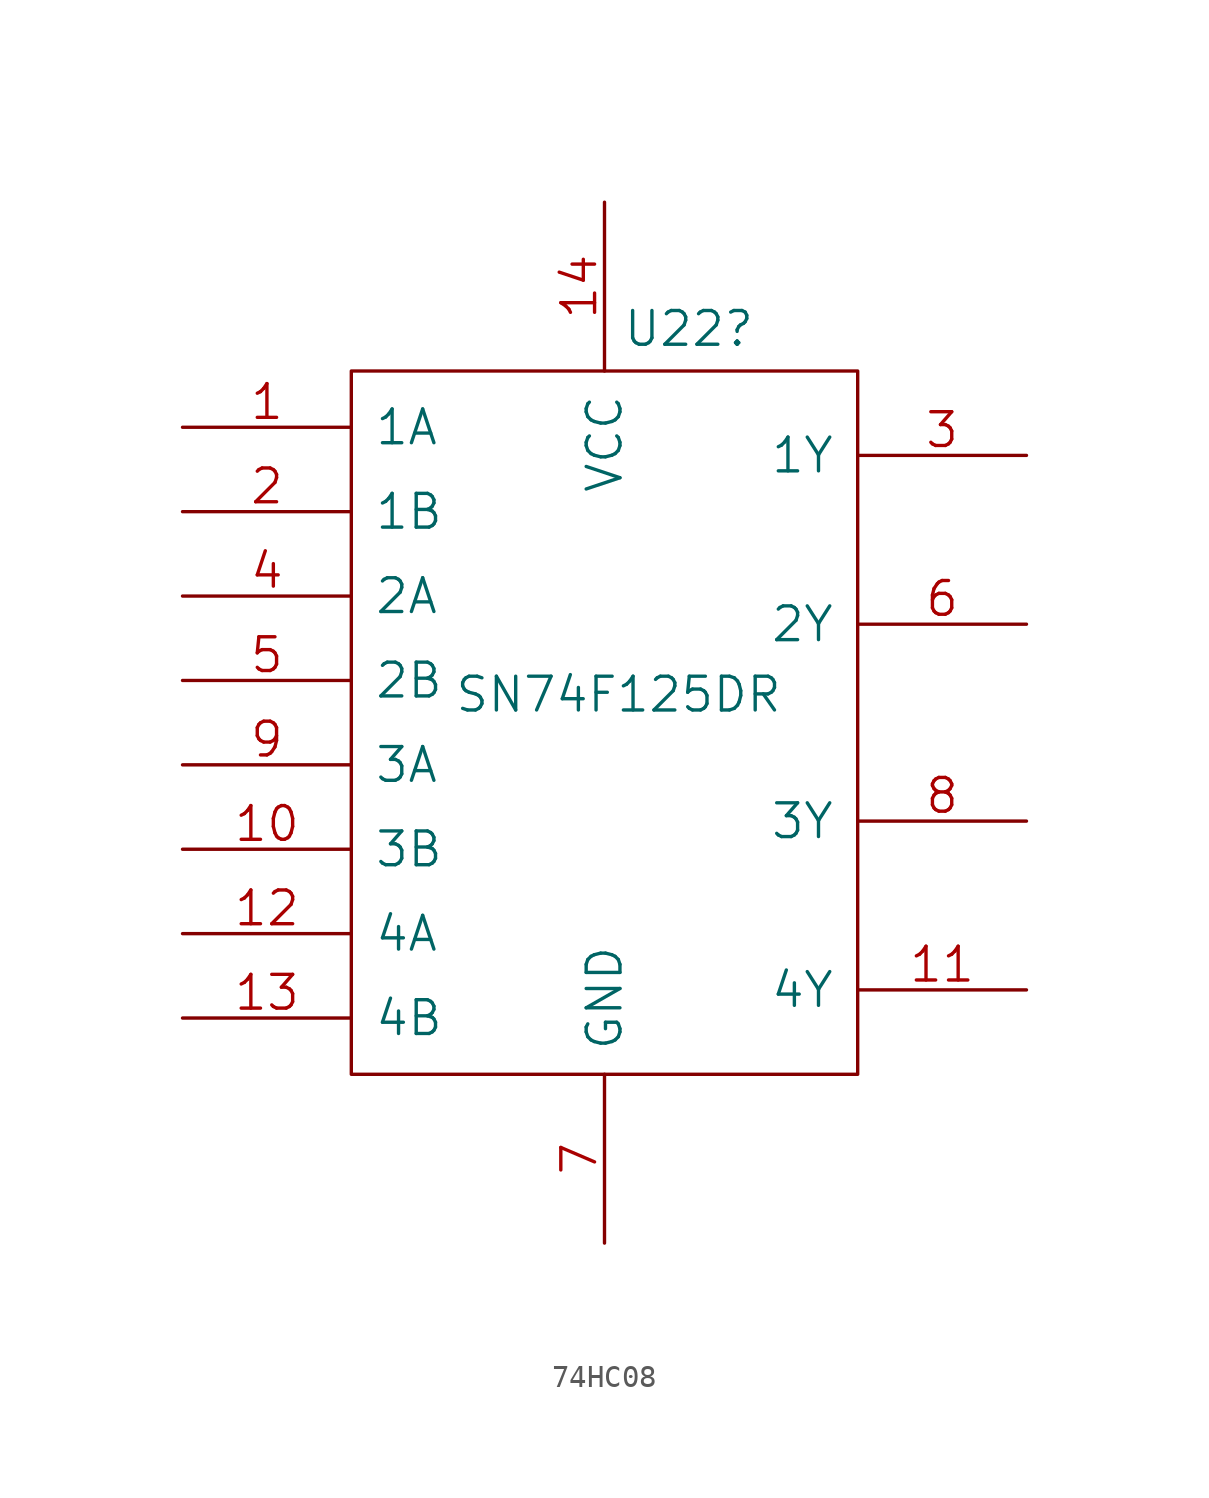
<source format=kicad_sym>
(kicad_symbol_lib
  (version 20241209)
  (generator "kicad_symbol_editor")
  (generator_version "9.0")
  (symbol "74HC08"
    (pin_names
      (offset 1.016))
    (property "Reference" "U22"
      (at 3.81 15.875 0)
      (effects (font (size 1.524 1.524))))
    (property "Value" "SN74F125DR"
      (at 0.635 -0.635 0)
      (effects (font (size 1.524 1.524))))
    (property "Datasheet" ""
      (at 0 1.27 0)
      (effects (font (size 1.524 1.524))))
    (symbol "74HC08_0_1"
      (rectangle (start -11.43 13.97) (end 11.43 -17.78) (stroke (width 0) (type default)) (fill (type none))))
    (symbol "74HC08_1_1"
      (pin power_in line (at -19.05 11.43 0) (length 7.62) (name "1A" (effects (font (size 1.524 1.524)))) (number "1" (effects (font (size 1.524 1.524)))))
      (pin power_in line (at -19.05 7.62 0) (length 7.62) (name "1B" (effects (font (size 1.524 1.524)))) (number "2" (effects (font (size 1.524 1.524)))))
      (pin power_in line (at -19.05 3.81 0) (length 7.62) (name "2A" (effects (font (size 1.524 1.524)))) (number "4" (effects (font (size 1.524 1.524)))))
      (pin power_in line (at -19.05 0 0) (length 7.62) (name "2B" (effects (font (size 1.524 1.524)))) (number "5" (effects (font (size 1.524 1.524)))))
      (pin power_in line (at -19.05 -3.81 0) (length 7.62) (name "3A" (effects (font (size 1.524 1.524)))) (number "9" (effects (font (size 1.524 1.524)))))
      (pin power_in line (at -19.05 -7.62 0) (length 7.62) (name "3B" (effects (font (size 1.524 1.524)))) (number "10" (effects (font (size 1.524 1.524)))))
      (pin power_in line (at -19.05 -11.43 0) (length 7.62) (name "4A" (effects (font (size 1.524 1.524)))) (number "12" (effects (font (size 1.524 1.524)))))
      (pin power_in line (at -19.05 -15.24 0) (length 7.62) (name "4B" (effects (font (size 1.524 1.524)))) (number "13" (effects (font (size 1.524 1.524)))))
      (pin power_in line (at 0 21.59 270) (length 7.62) (name "VCC" (effects (font (size 1.524 1.524)))) (number "14" (effects (font (size 1.524 1.524)))))
      (pin power_in line (at 0 -25.4 90) (length 7.62) (name "GND" (effects (font (size 1.524 1.524)))) (number "7" (effects (font (size 1.524 1.524)))))
      (pin power_in line (at 19.05 10.16 180) (length 7.62) (name "1Y" (effects (font (size 1.524 1.524)))) (number "3" (effects (font (size 1.524 1.524)))))
      (pin power_in line (at 19.05 2.54 180) (length 7.62) (name "2Y" (effects (font (size 1.524 1.524)))) (number "6" (effects (font (size 1.524 1.524)))))
      (pin power_in line (at 19.05 -6.35 180) (length 7.62) (name "3Y" (effects (font (size 1.524 1.524)))) (number "8" (effects (font (size 1.524 1.524)))))
      (pin power_in line (at 19.05 -13.97 180) (length 7.62) (name "4Y" (effects (font (size 1.524 1.524)))) (number "11" (effects (font (size 1.524 1.524))))))))
</source>
